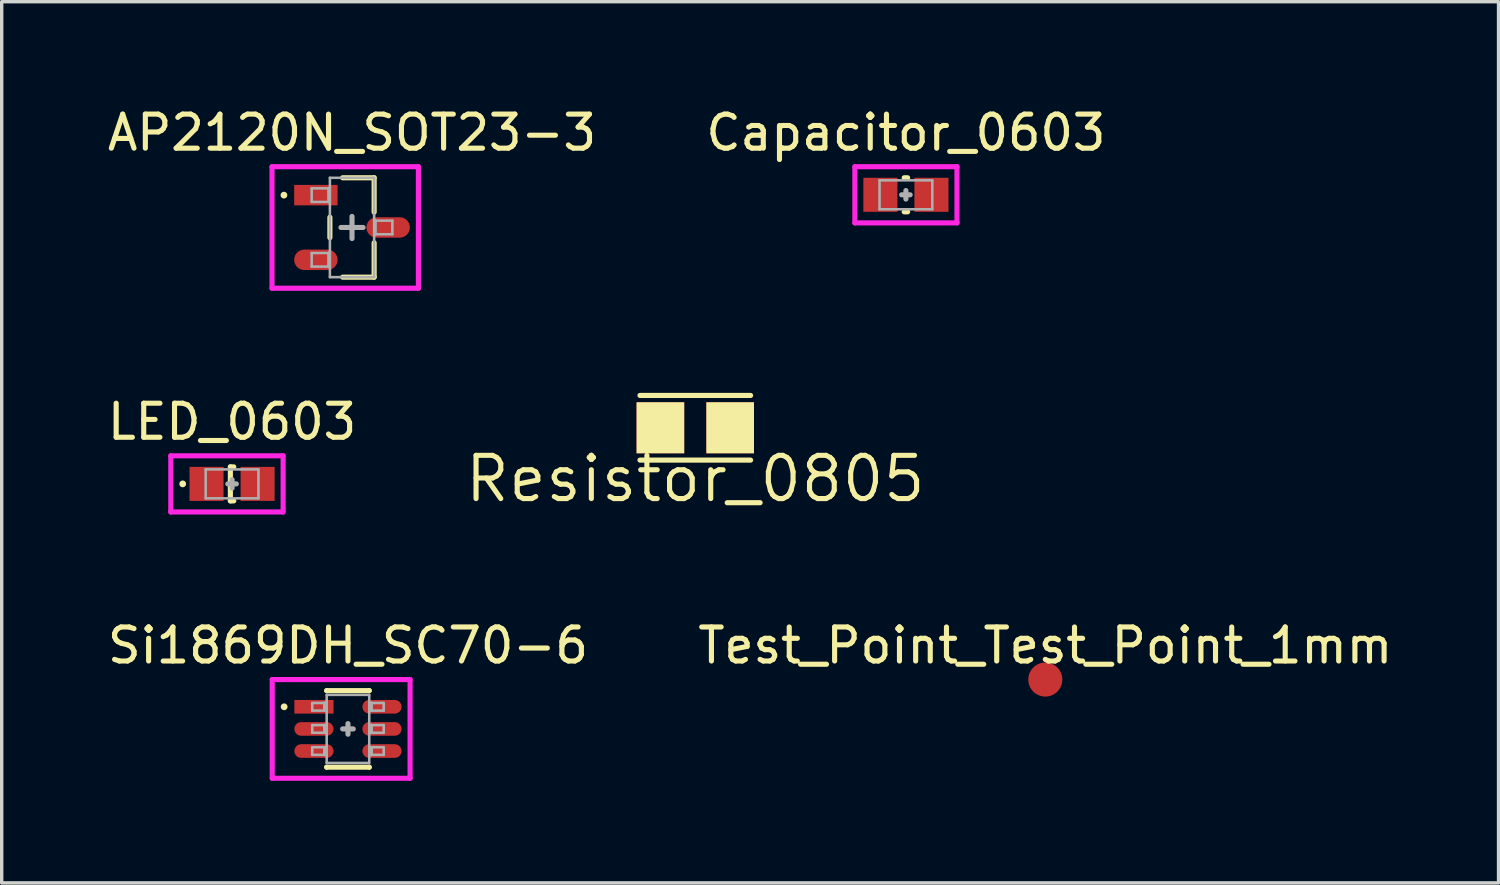
<source format=kicad_pcb>
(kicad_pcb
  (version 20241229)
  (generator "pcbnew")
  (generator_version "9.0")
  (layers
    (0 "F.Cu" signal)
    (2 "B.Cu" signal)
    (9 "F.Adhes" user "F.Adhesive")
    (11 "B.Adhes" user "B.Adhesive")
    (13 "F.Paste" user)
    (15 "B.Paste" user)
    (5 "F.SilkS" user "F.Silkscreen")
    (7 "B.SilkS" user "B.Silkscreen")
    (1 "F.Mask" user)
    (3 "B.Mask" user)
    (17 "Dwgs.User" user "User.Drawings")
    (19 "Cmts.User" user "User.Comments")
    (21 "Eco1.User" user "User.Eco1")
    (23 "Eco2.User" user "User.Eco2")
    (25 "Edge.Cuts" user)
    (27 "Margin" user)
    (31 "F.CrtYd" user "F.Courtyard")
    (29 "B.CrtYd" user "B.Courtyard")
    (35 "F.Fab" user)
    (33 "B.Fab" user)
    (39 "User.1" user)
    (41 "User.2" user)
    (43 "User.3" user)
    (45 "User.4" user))
  (footprint "Resistor_0805"
    (layer "F.Cu")
    (at 17.377 9.518)
    (property "Reference" "Resistor_0805" (at 0 1.5 0) (layer "F.SilkS") (effects (font (size 1.27 1.27) (thickness 0.15))))
    (attr through_hole)
    (fp_line (start -1.625 -0.95) (end 1.625 -0.95) (stroke (width 0.15) (type solid)) (layer "F.SilkS"))
    (fp_line (start -1.625 0.95) (end 1.625 0.95) (stroke (width 0.15) (type solid)) (layer "F.SilkS"))
    (pad "1" smd rect (at -1.025 0) (size 1.4 1.5) (layers "F.Cu" "F.Mask" "F.SilkS" "F.Paste"))
    (pad "2" smd rect (at 1.025 0) (size 1.4 1.5) (layers "F.Cu" "F.Mask" "F.SilkS" "F.Paste")))
  (footprint "AP2120N_SOT23-3"
    (layer "F.Cu")
    (at 7.292 3.633)
    (property "Reference" "AP2120N_SOT23-3" (at 0 -2.785 0) (layer "F.SilkS") (effects (font (size 1 1) (thickness 0.15))))
    (attr through_hole)
    (fp_line (start -2 -0.95) (end -2 -0.95) (stroke (width 0.2) (type solid)) (layer "F.SilkS"))
    (fp_line (start -0.65 -0.3) (end -0.65 0.3) (stroke (width 0.15) (type solid)) (layer "F.SilkS"))
    (fp_line (start -0.275 -1.46) (end 0.65 -1.46) (stroke (width 0.15) (type solid)) (layer "F.SilkS"))
    (fp_line (start -0.275 1.46) (end 0.65 1.46) (stroke (width 0.15) (type solid)) (layer "F.SilkS"))
    (fp_line (start 0.65 -1.46) (end 0.65 -0.45) (stroke (width 0.15) (type solid)) (layer "F.SilkS"))
    (fp_line (start 0.65 1.46) (end 0.65 0.45) (stroke (width 0.15) (type solid)) (layer "F.SilkS"))
    (fp_line (start -2.35 -1.785) (end -2.35 1.785) (stroke (width 0.15) (type solid)) (layer "F.CrtYd"))
    (fp_line (start -2.35 1.785) (end 1.95 1.785) (stroke (width 0.15) (type solid)) (layer "F.CrtYd"))
    (fp_line (start 1.95 -1.785) (end -2.35 -1.785) (stroke (width 0.15) (type solid)) (layer "F.CrtYd"))
    (fp_line (start 1.95 1.785) (end 1.95 -1.785) (stroke (width 0.15) (type solid)) (layer "F.CrtYd"))
    (fp_line (start -1.185 -1.15) (end -1.185 -0.75) (stroke (width 0.075) (type solid)) (layer "F.Fab"))
    (fp_line (start -1.185 -0.75) (end -0.685 -0.75) (stroke (width 0.075) (type solid)) (layer "F.Fab"))
    (fp_line (start -1.185 0.75) (end -1.185 1.15) (stroke (width 0.075) (type solid)) (layer "F.Fab"))
    (fp_line (start -1.185 1.15) (end -0.685 1.15) (stroke (width 0.075) (type solid)) (layer "F.Fab"))
    (fp_line (start -0.685 -1.15) (end -1.185 -1.15) (stroke (width 0.075) (type solid)) (layer "F.Fab"))
    (fp_line (start -0.685 -1.15) (end -0.685 -0.75) (stroke (width 0.075) (type solid)) (layer "F.Fab"))
    (fp_line (start -0.685 -0.75) (end -0.685 -1.15) (stroke (width 0.075) (type solid)) (layer "F.Fab"))
    (fp_line (start -0.685 -0.75) (end -0.65 -0.75) (stroke (width 0.075) (type solid)) (layer "F.Fab"))
    (fp_line (start -0.685 0.75) (end -1.185 0.75) (stroke (width 0.075) (type solid)) (layer "F.Fab"))
    (fp_line (start -0.685 0.75) (end -0.685 1.15) (stroke (width 0.075) (type solid)) (layer "F.Fab"))
    (fp_line (start -0.685 1.15) (end -0.685 0.75) (stroke (width 0.075) (type solid)) (layer "F.Fab"))
    (fp_line (start -0.685 1.15) (end -0.65 1.15) (stroke (width 0.075) (type solid)) (layer "F.Fab"))
    (fp_line (start -0.65 -1.46) (end -0.65 1.46) (stroke (width 0.075) (type solid)) (layer "F.Fab"))
    (fp_line (start -0.65 -1.15) (end -0.685 -1.15) (stroke (width 0.075) (type solid)) (layer "F.Fab"))
    (fp_line (start -0.65 0.75) (end -0.685 0.75) (stroke (width 0.075) (type solid)) (layer "F.Fab"))
    (fp_line (start -0.65 1.46) (end 0.65 1.46) (stroke (width 0.075) (type solid)) (layer "F.Fab"))
    (fp_line (start -0.325 0) (end 0.325 0) (stroke (width 0.15) (type solid)) (layer "F.Fab"))
    (fp_line (start 0 0.325) (end 0 -0.325) (stroke (width 0.15) (type solid)) (layer "F.Fab"))
    (fp_line (start 0.65 -1.46) (end -0.65 -1.46) (stroke (width 0.075) (type solid)) (layer "F.Fab"))
    (fp_line (start 0.65 0.2) (end 0.685 0.2) (stroke (width 0.075) (type solid)) (layer "F.Fab"))
    (fp_line (start 0.65 1.46) (end 0.65 -1.46) (stroke (width 0.075) (type solid)) (layer "F.Fab"))
    (fp_line (start 0.685 -0.2) (end 0.65 -0.2) (stroke (width 0.075) (type solid)) (layer "F.Fab"))
    (fp_line (start 0.685 -0.2) (end 0.685 0.2) (stroke (width 0.075) (type solid)) (layer "F.Fab"))
    (fp_line (start 0.685 0.2) (end 0.685 -0.2) (stroke (width 0.075) (type solid)) (layer "F.Fab"))
    (fp_line (start 0.685 0.2) (end 1.185 0.2) (stroke (width 0.075) (type solid)) (layer "F.Fab"))
    (fp_line (start 1.185 -0.2) (end 0.685 -0.2) (stroke (width 0.075) (type solid)) (layer "F.Fab"))
    (fp_line (start 1.185 0.2) (end 1.185 -0.2) (stroke (width 0.075) (type solid)) (layer "F.Fab"))
    (pad "1" smd rect (at -1.062 -0.95) (size 1.275 0.6) (layers "F.Cu" "F.Mask" "F.Paste"))
    (pad "2" smd oval (at -1.062 0.95) (size 1.275 0.6) (layers "F.Cu" "F.Mask" "F.Paste"))
    (pad "3" smd oval (at 1.062 0) (size 1.275 0.6) (layers "F.Cu" "F.Mask" "F.Paste")))
  (footprint "Capacitor_0603"
    (layer "F.Cu")
    (at 23.565 2.673)
    (property "Reference" "Capacitor_0603" (at 0 -1.825 0) (layer "F.SilkS") (effects (font (size 1 1) (thickness 0.15))))
    (attr through_hole)
    (fp_line (start -0.05 -0.5) (end 0.05 -0.5) (stroke (width 0.15) (type solid)) (layer "F.SilkS"))
    (fp_line (start -0.05 0.5) (end 0.05 0.5) (stroke (width 0.15) (type solid)) (layer "F.SilkS"))
    (fp_line (start -1.5 -0.825) (end -1.5 0.825) (stroke (width 0.15) (type solid)) (layer "F.CrtYd"))
    (fp_line (start -1.5 0.825) (end 1.5 0.825) (stroke (width 0.15) (type solid)) (layer "F.CrtYd"))
    (fp_line (start 1.5 -0.825) (end -1.5 -0.825) (stroke (width 0.15) (type solid)) (layer "F.CrtYd"))
    (fp_line (start 1.5 0.825) (end 1.5 -0.825) (stroke (width 0.15) (type solid)) (layer "F.CrtYd"))
    (fp_line (start -0.775 -0.425) (end -0.775 0.425) (stroke (width 0.075) (type solid)) (layer "F.Fab"))
    (fp_line (start -0.775 0.425) (end 0.775 0.425) (stroke (width 0.075) (type solid)) (layer "F.Fab"))
    (fp_line (start -0.125 0) (end 0.125 0) (stroke (width 0.15) (type solid)) (layer "F.Fab"))
    (fp_line (start 0 0.125) (end 0 -0.125) (stroke (width 0.15) (type solid)) (layer "F.Fab"))
    (fp_line (start 0.775 -0.425) (end -0.775 -0.425) (stroke (width 0.075) (type solid)) (layer "F.Fab"))
    (fp_line (start 0.775 0.425) (end 0.775 -0.425) (stroke (width 0.075) (type solid)) (layer "F.Fab"))
    (pad "1" smd rect (at -0.75 0) (size 1 1) (layers "F.Cu" "F.Mask" "F.Paste"))
    (pad "2" smd rect (at 0.75 0) (size 1 1) (layers "F.Cu" "F.Mask" "F.Paste")))
  (footprint "Test_Point_Test_Point_1mm"
    (layer "F.Cu")
    (at 27.661 16.915)
    (property "Reference" "Test_Point_Test_Point_1mm" (at 0 -1 0) (layer "F.SilkS") (effects (font (size 1 1) (thickness 0.15))))
    (attr through_hole)
    (pad "1" connect circle (at 0 0) (size 1 1) (layers "F.Cu" "F.Mask")))
  (footprint "Si1869DH_SC70-6"
    (layer "F.Cu")
    (at 7.173 18.365)
    (property "Reference" "Si1869DH_SC70-6" (at 0 -2.45 0) (layer "F.SilkS") (effects (font (size 1 1) (thickness 0.15))))
    (attr through_hole)
    (fp_line (start -1.875 -0.65) (end -1.875 -0.65) (stroke (width 0.2) (type solid)) (layer "F.SilkS"))
    (fp_line (start -0.625 -1.125) (end -0.625 -1.125) (stroke (width 0.15) (type solid)) (layer "F.SilkS"))
    (fp_line (start -0.625 -1.125) (end 0.625 -1.125) (stroke (width 0.15) (type solid)) (layer "F.SilkS"))
    (fp_line (start -0.625 1.125) (end -0.625 1.125) (stroke (width 0.15) (type solid)) (layer "F.SilkS"))
    (fp_line (start -0.625 1.125) (end 0.625 1.125) (stroke (width 0.15) (type solid)) (layer "F.SilkS"))
    (fp_line (start 0.625 -1.125) (end 0.625 -1.125) (stroke (width 0.15) (type solid)) (layer "F.SilkS"))
    (fp_line (start 0.625 1.125) (end 0.625 1.125) (stroke (width 0.15) (type solid)) (layer "F.SilkS"))
    (fp_line (start -2.225 -1.45) (end -2.225 1.45) (stroke (width 0.15) (type solid)) (layer "F.CrtYd"))
    (fp_line (start -2.225 1.45) (end 1.825 1.45) (stroke (width 0.15) (type solid)) (layer "F.CrtYd"))
    (fp_line (start 1.825 -1.45) (end -2.225 -1.45) (stroke (width 0.15) (type solid)) (layer "F.CrtYd"))
    (fp_line (start 1.825 1.45) (end 1.825 -1.45) (stroke (width 0.15) (type solid)) (layer "F.CrtYd"))
    (fp_line (start -1.05 -0.762) (end -1.05 -0.538) (stroke (width 0.075) (type solid)) (layer "F.Fab"))
    (fp_line (start -1.05 -0.538) (end -0.69 -0.538) (stroke (width 0.075) (type solid)) (layer "F.Fab"))
    (fp_line (start -1.05 -0.112) (end -1.05 0.112) (stroke (width 0.075) (type solid)) (layer "F.Fab"))
    (fp_line (start -1.05 0.112) (end -0.69 0.112) (stroke (width 0.075) (type solid)) (layer "F.Fab"))
    (fp_line (start -1.05 0.538) (end -1.05 0.762) (stroke (width 0.075) (type solid)) (layer "F.Fab"))
    (fp_line (start -1.05 0.762) (end -0.69 0.762) (stroke (width 0.075) (type solid)) (layer "F.Fab"))
    (fp_line (start -0.69 -0.762) (end -1.05 -0.762) (stroke (width 0.075) (type solid)) (layer "F.Fab"))
    (fp_line (start -0.69 -0.762) (end -0.69 -0.538) (stroke (width 0.075) (type solid)) (layer "F.Fab"))
    (fp_line (start -0.69 -0.538) (end -0.69 -0.762) (stroke (width 0.075) (type solid)) (layer "F.Fab"))
    (fp_line (start -0.69 -0.538) (end -0.625 -0.538) (stroke (width 0.075) (type solid)) (layer "F.Fab"))
    (fp_line (start -0.69 -0.112) (end -1.05 -0.112) (stroke (width 0.075) (type solid)) (layer "F.Fab"))
    (fp_line (start -0.69 -0.112) (end -0.69 0.112) (stroke (width 0.075) (type solid)) (layer "F.Fab"))
    (fp_line (start -0.69 0.112) (end -0.69 -0.112) (stroke (width 0.075) (type solid)) (layer "F.Fab"))
    (fp_line (start -0.69 0.112) (end -0.625 0.112) (stroke (width 0.075) (type solid)) (layer "F.Fab"))
    (fp_line (start -0.69 0.538) (end -1.05 0.538) (stroke (width 0.075) (type solid)) (layer "F.Fab"))
    (fp_line (start -0.69 0.538) (end -0.69 0.762) (stroke (width 0.075) (type solid)) (layer "F.Fab"))
    (fp_line (start -0.69 0.762) (end -0.69 0.538) (stroke (width 0.075) (type solid)) (layer "F.Fab"))
    (fp_line (start -0.69 0.762) (end -0.625 0.762) (stroke (width 0.075) (type solid)) (layer "F.Fab"))
    (fp_line (start -0.625 -1) (end 0.625 -1) (stroke (width 0.075) (type solid)) (layer "F.Fab"))
    (fp_line (start -0.625 -0.762) (end -0.69 -0.762) (stroke (width 0.075) (type solid)) (layer "F.Fab"))
    (fp_line (start -0.625 -0.112) (end -0.69 -0.112) (stroke (width 0.075) (type solid)) (layer "F.Fab"))
    (fp_line (start -0.625 0.538) (end -0.69 0.538) (stroke (width 0.075) (type solid)) (layer "F.Fab"))
    (fp_line (start -0.625 1) (end -0.625 -1) (stroke (width 0.075) (type solid)) (layer "F.Fab"))
    (fp_line (start 0 -0.156) (end 0 0.156) (stroke (width 0.15) (type solid)) (layer "F.Fab"))
    (fp_line (start 0.156 0) (end -0.156 0) (stroke (width 0.15) (type solid)) (layer "F.Fab"))
    (fp_line (start 0.625 -1) (end 0.625 1) (stroke (width 0.075) (type solid)) (layer "F.Fab"))
    (fp_line (start 0.625 -0.537) (end 0.69 -0.537) (stroke (width 0.075) (type solid)) (layer "F.Fab"))
    (fp_line (start 0.625 0.113) (end 0.69 0.113) (stroke (width 0.075) (type solid)) (layer "F.Fab"))
    (fp_line (start 0.625 0.763) (end 0.69 0.763) (stroke (width 0.075) (type solid)) (layer "F.Fab"))
    (fp_line (start 0.625 1) (end -0.625 1) (stroke (width 0.075) (type solid)) (layer "F.Fab"))
    (fp_line (start 0.69 -0.762) (end 0.625 -0.762) (stroke (width 0.075) (type solid)) (layer "F.Fab"))
    (fp_line (start 0.69 -0.762) (end 0.69 -0.537) (stroke (width 0.075) (type solid)) (layer "F.Fab"))
    (fp_line (start 0.69 -0.537) (end 0.69 -0.762) (stroke (width 0.075) (type solid)) (layer "F.Fab"))
    (fp_line (start 0.69 -0.537) (end 1.05 -0.537) (stroke (width 0.075) (type solid)) (layer "F.Fab"))
    (fp_line (start 0.69 -0.112) (end 0.625 -0.112) (stroke (width 0.075) (type solid)) (layer "F.Fab"))
    (fp_line (start 0.69 -0.112) (end 0.69 0.113) (stroke (width 0.075) (type solid)) (layer "F.Fab"))
    (fp_line (start 0.69 0.113) (end 0.69 -0.112) (stroke (width 0.075) (type solid)) (layer "F.Fab"))
    (fp_line (start 0.69 0.113) (end 1.05 0.113) (stroke (width 0.075) (type solid)) (layer "F.Fab"))
    (fp_line (start 0.69 0.538) (end 0.625 0.538) (stroke (width 0.075) (type solid)) (layer "F.Fab"))
    (fp_line (start 0.69 0.538) (end 0.69 0.763) (stroke (width 0.075) (type solid)) (layer "F.Fab"))
    (fp_line (start 0.69 0.763) (end 0.69 0.538) (stroke (width 0.075) (type solid)) (layer "F.Fab"))
    (fp_line (start 0.69 0.763) (end 1.05 0.763) (stroke (width 0.075) (type solid)) (layer "F.Fab"))
    (fp_line (start 1.05 -0.762) (end 0.69 -0.762) (stroke (width 0.075) (type solid)) (layer "F.Fab"))
    (fp_line (start 1.05 -0.537) (end 1.05 -0.762) (stroke (width 0.075) (type solid)) (layer "F.Fab"))
    (fp_line (start 1.05 -0.112) (end 0.69 -0.112) (stroke (width 0.075) (type solid)) (layer "F.Fab"))
    (fp_line (start 1.05 0.113) (end 1.05 -0.112) (stroke (width 0.075) (type solid)) (layer "F.Fab"))
    (fp_line (start 1.05 0.538) (end 0.69 0.538) (stroke (width 0.075) (type solid)) (layer "F.Fab"))
    (fp_line (start 1.05 0.763) (end 1.05 0.538) (stroke (width 0.075) (type solid)) (layer "F.Fab"))
    (pad "1" smd rect (at -1 -0.65) (size 1.15 0.4) (layers "F.Cu" "F.Mask" "F.Paste"))
    (pad "2" smd oval (at -1 0) (size 1.15 0.4) (layers "F.Cu" "F.Mask" "F.Paste"))
    (pad "3" smd oval (at -1 0.65) (size 1.15 0.4) (layers "F.Cu" "F.Mask" "F.Paste"))
    (pad "4" smd oval (at 1 0.65) (size 1.15 0.4) (layers "F.Cu" "F.Mask" "F.Paste"))
    (pad "5" smd oval (at 1 0) (size 1.15 0.4) (layers "F.Cu" "F.Mask" "F.Paste"))
    (pad "6" smd oval (at 1 -0.65) (size 1.15 0.4) (layers "F.Cu" "F.Mask" "F.Paste")))
  (footprint "LED_0603"
    (layer "F.Cu")
    (at 3.768 11.166)
    (property "Reference" "LED_0603" (at 0 -1.825 0) (layer "F.SilkS") (effects (font (size 1 1) (thickness 0.15))))
    (attr through_hole)
    (fp_line (start -1.45 0) (end -1.45 0) (stroke (width 0.2) (type solid)) (layer "F.SilkS"))
    (fp_line (start -0.05 -0.5) (end -0.05 0.5) (stroke (width 0.15) (type solid)) (layer "F.SilkS"))
    (fp_line (start -0.05 -0.5) (end 0.05 -0.5) (stroke (width 0.15) (type solid)) (layer "F.SilkS"))
    (fp_line (start -0.05 0.5) (end 0.05 0.5) (stroke (width 0.15) (type solid)) (layer "F.SilkS"))
    (fp_line (start -1.8 -0.825) (end -1.8 0.825) (stroke (width 0.15) (type solid)) (layer "F.CrtYd"))
    (fp_line (start -1.8 0.825) (end 1.5 0.825) (stroke (width 0.15) (type solid)) (layer "F.CrtYd"))
    (fp_line (start 1.5 -0.825) (end -1.8 -0.825) (stroke (width 0.15) (type solid)) (layer "F.CrtYd"))
    (fp_line (start 1.5 0.825) (end 1.5 -0.825) (stroke (width 0.15) (type solid)) (layer "F.CrtYd"))
    (fp_line (start -0.775 -0.425) (end -0.775 0.425) (stroke (width 0.075) (type solid)) (layer "F.Fab"))
    (fp_line (start -0.775 0.425) (end 0.775 0.425) (stroke (width 0.075) (type solid)) (layer "F.Fab"))
    (fp_line (start -0.125 0) (end 0.125 0) (stroke (width 0.15) (type solid)) (layer "F.Fab"))
    (fp_line (start 0 0.125) (end 0 -0.125) (stroke (width 0.15) (type solid)) (layer "F.Fab"))
    (fp_line (start 0.775 -0.425) (end -0.775 -0.425) (stroke (width 0.075) (type solid)) (layer "F.Fab"))
    (fp_line (start 0.775 0.425) (end 0.775 -0.425) (stroke (width 0.075) (type solid)) (layer "F.Fab"))
    (pad "1" smd rect (at -0.75 0) (size 1 1) (layers "F.Cu" "F.Mask" "F.Paste"))
    (pad "2" smd rect (at 0.75 0) (size 1 1) (layers "F.Cu" "F.Mask" "F.Paste")))
  (gr_rect
    (start -3 -3)
    (end 40.976 22.89)
    (stroke (width 0.1) (type default))
    (fill no)
    (layer "Edge.Cuts")))
</source>
